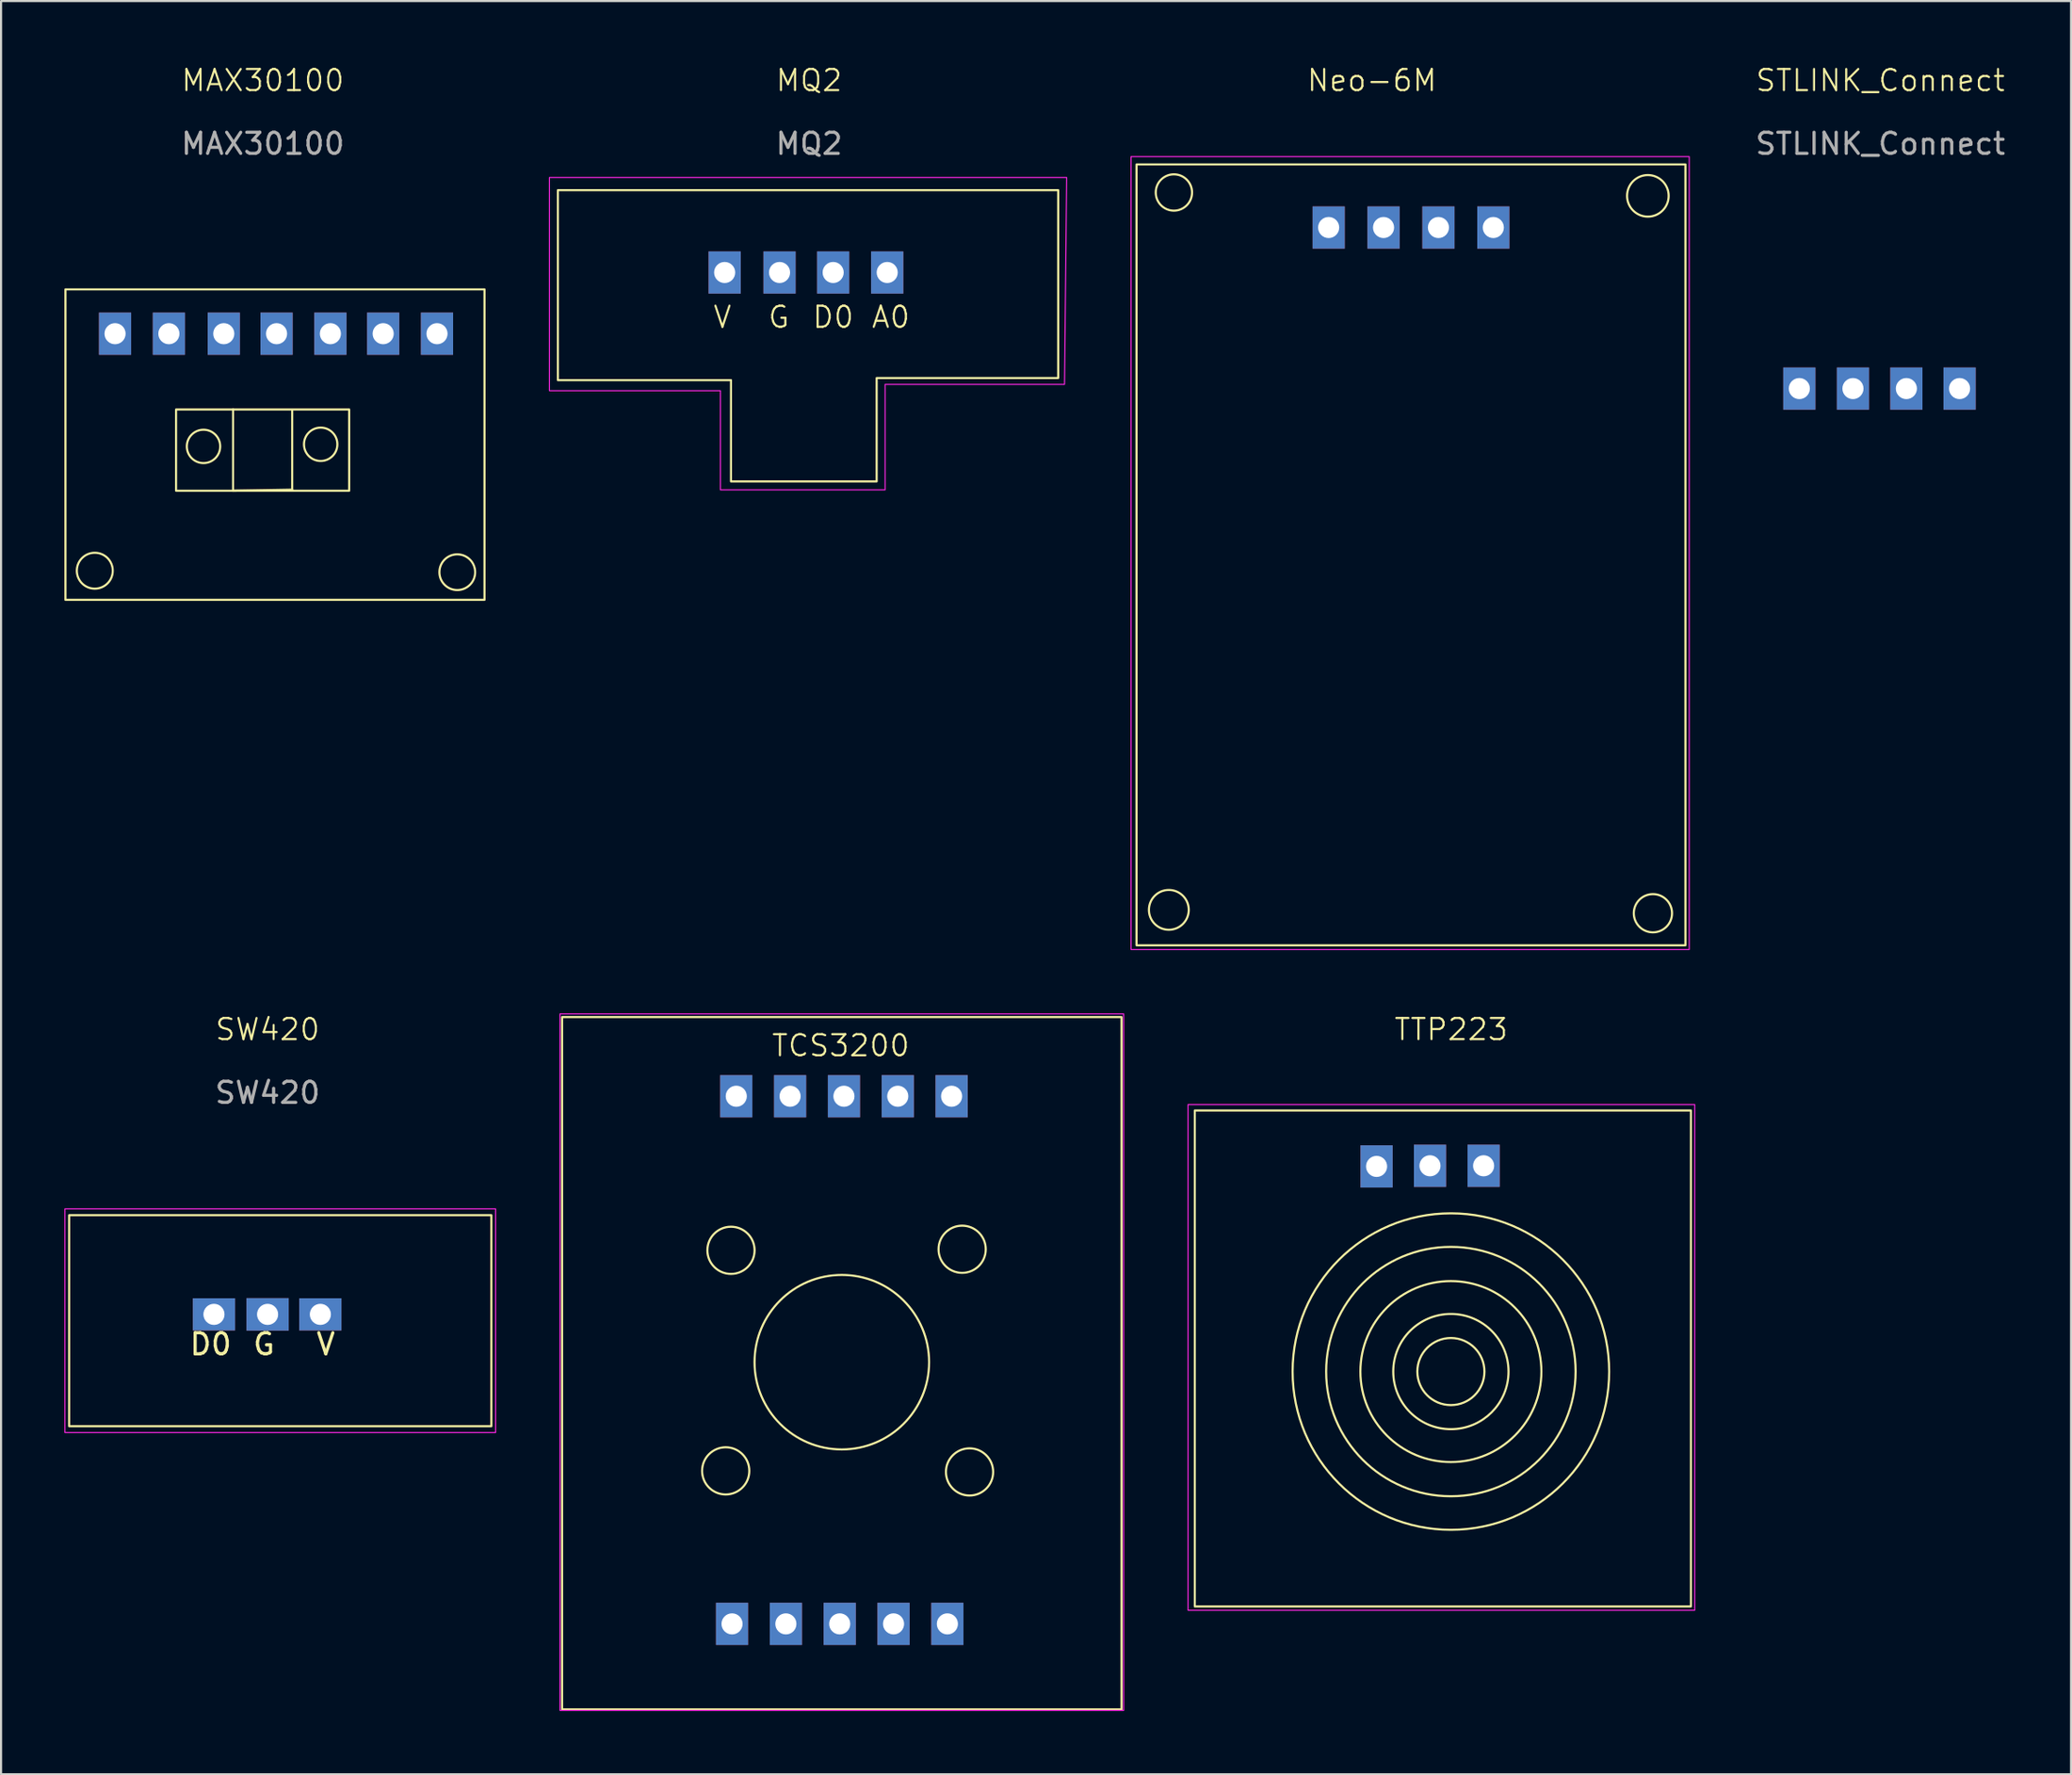
<source format=kicad_pcb>
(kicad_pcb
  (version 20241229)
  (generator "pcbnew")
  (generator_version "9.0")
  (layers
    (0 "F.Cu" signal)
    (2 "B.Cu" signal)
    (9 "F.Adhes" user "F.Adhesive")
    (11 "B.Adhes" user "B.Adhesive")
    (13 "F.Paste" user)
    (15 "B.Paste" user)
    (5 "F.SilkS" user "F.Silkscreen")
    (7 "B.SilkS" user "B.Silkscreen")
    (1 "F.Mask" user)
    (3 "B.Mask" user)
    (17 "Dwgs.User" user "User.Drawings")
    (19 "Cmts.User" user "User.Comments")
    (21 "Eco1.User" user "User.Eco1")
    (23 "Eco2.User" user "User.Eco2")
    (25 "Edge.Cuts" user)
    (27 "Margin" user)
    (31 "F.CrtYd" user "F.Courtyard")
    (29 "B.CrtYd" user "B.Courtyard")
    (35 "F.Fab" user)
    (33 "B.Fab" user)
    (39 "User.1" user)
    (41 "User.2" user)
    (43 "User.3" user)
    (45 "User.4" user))
  (footprint "TCS3200"
    (layer "F.Cu")
    (at 36.775 61.541)
    (property "Reference" "TCS3200" (at 0 -15.05 0) (unlocked yes) (layer "F.SilkS") (effects (font (size 1 1) (thickness 0.1))))
    (attr through_hole)
    (fp_rect (start -13.2 -16.4) (end 13.3 16.4) (stroke (width 0.1) (type default)) (fill no) (layer "F.SilkS"))
    (fp_circle (center -5.45 5.1) (end -5.25 4) (stroke (width 0.1) (type default)) (fill no) (layer "F.SilkS"))
    (fp_circle (center -5.2 -5.35) (end -5 -6.45) (stroke (width 0.1) (type default)) (fill no) (layer "F.SilkS"))
    (fp_circle (center 0.05 -0.05) (end 2.25 -3.55) (stroke (width 0.1) (type default)) (fill no) (layer "F.SilkS"))
    (fp_circle (center 5.75 -5.4) (end 5.95 -6.5) (stroke (width 0.1) (type default)) (fill no) (layer "F.SilkS"))
    (fp_circle (center 6.1 5.15) (end 6.3 4.05) (stroke (width 0.1) (type default)) (fill no) (layer "F.SilkS"))
    (fp_rect (start -13.3 -16.55) (end 13.4 16.45) (stroke (width 0.05) (type default)) (fill no) (layer "F.CrtYd"))
    (pad "1" thru_hole rect (at 5.05 12.35) (size 1.524 2) (drill 1) (layers "*.Cu" "*.Mask"))
    (pad "1" thru_hole rect (at 5.25 -12.65) (size 1.524 2) (drill 1) (layers "*.Cu" "*.Mask"))
    (pad "2" thru_hole rect (at -2.6 12.35) (size 1.524 2) (drill 1) (layers "*.Cu" "*.Mask"))
    (pad "3" thru_hole rect (at -0.05 12.35 180) (size 1.524 2) (drill 1) (layers "*.Cu" "*.Mask"))
    (pad "4" thru_hole rect (at 2.5 12.35 180) (size 1.524 2) (drill 1) (layers "*.Cu" "*.Mask"))
    (pad "5" thru_hole rect (at 0.15 -12.65 180) (size 1.524 2) (drill 1) (layers "*.Cu" "*.Mask"))
    (pad "6" thru_hole rect (at 2.7 -12.65 180) (size 1.524 2) (drill 1) (layers "*.Cu" "*.Mask"))
    (pad "7" thru_hole rect (at -2.4 -12.65) (size 1.524 2) (drill 1) (layers "*.Cu" "*.Mask"))
    (pad "8" thru_hole rect (at -5.15 12.35) (size 1.524 2) (drill 1) (layers "*.Cu" "*.Mask"))
    (pad "8" thru_hole rect (at -4.95 -12.65) (size 1.524 2) (drill 1) (layers "*.Cu" "*.Mask")))
  (footprint "MQ2"
    (layer "F.Cu")
    (at 35.275 10.161)
    (property "Reference" "MQ2" (at 0 -9.4 0) (unlocked yes) (layer "F.SilkS") (effects (font (size 1 1) (thickness 0.1))))
    (attr through_hole)
    (fp_poly (pts (xy 11.8 -4.2) (xy 11.8 4.7) (xy 3.2 4.7) (xy 3.2 9.6) (xy -3.7 9.6) (xy -3.7 4.8) (xy -11.9 4.8) (xy -11.9 -4.2)) (stroke (width 0.1) (type solid)) (fill no) (layer "F.SilkS"))
    (fp_poly (pts (xy 3.6 5) (xy 12.1 5) (xy 12.2 -4.8) (xy -12.3 -4.8) (xy -12.3 5.3) (xy -4.2 5.3) (xy -4.2 10) (xy 3.6 10)) (stroke (width 0.05) (type solid)) (fill no) (layer "F.CrtYd"))
    (fp_text user "V" (at -4.6 2.4 0) (unlocked yes) (layer "F.SilkS") (effects (font (size 1 1) (thickness 0.1)) (justify left bottom)))
    (fp_text user "G" (at -2 2.4 0) (unlocked yes) (layer "F.SilkS") (effects (font (size 1 1) (thickness 0.1)) (justify left bottom)))
    (fp_text user "A0" (at 2.9 2.4 0) (unlocked yes) (layer "F.SilkS") (effects (font (size 1 1) (thickness 0.1)) (justify left bottom)))
    (fp_text user "D0" (at 0.1 2.4 0) (unlocked yes) (layer "F.SilkS") (effects (font (size 1 1) (thickness 0.1)) (justify left bottom)))
    (fp_text user "${REFERENCE}" (at 0 -6.4 0) (unlocked yes) (layer "F.Fab") (effects (font (size 1 1) (thickness 0.15))))
    (pad "1" thru_hole rect (at -4 -0.3) (size 1.524 2) (drill 1) (layers "*.Cu" "*.Mask"))
    (pad "2" thru_hole rect (at 1.14 -0.3) (size 1.524 2) (drill 1) (layers "*.Cu" "*.Mask"))
    (pad "3" thru_hole rect (at -1.4 -0.3) (size 1.524 2) (drill 1) (layers "*.Cu" "*.Mask"))
    (pad "4" thru_hole rect (at 3.7 -0.3) (size 1.524 2) (drill 1) (layers "*.Cu" "*.Mask")))
  (footprint "SW420"
    (layer "F.Cu")
    (at 9.625 59.226)
    (property "Reference" "SW420" (at 0 -13.5 0) (unlocked yes) (layer "F.SilkS") (effects (font (size 1 1) (thickness 0.1))))
    (attr through_hole)
    (fp_rect (start -9.4 -4.7) (end 10.6 5.3) (stroke (width 0.1) (type default)) (fill no) (layer "F.SilkS"))
    (fp_rect (start -9.6 -5) (end 10.8 5.6) (stroke (width 0.05) (type default)) (fill no) (layer "F.CrtYd"))
    (fp_text user "V" (at 2.23 2 0) (unlocked yes) (layer "F.SilkS") (effects (font (size 1 1) (thickness 0.15)) (justify left bottom)))
    (fp_text user "G" (at -0.77 2 0) (unlocked yes) (layer "F.SilkS") (effects (font (size 1 1) (thickness 0.15)) (justify left bottom)))
    (fp_text user "D0" (at -3.77 2 0) (unlocked yes) (layer "F.SilkS") (effects (font (size 1 1) (thickness 0.15)) (justify left bottom)))
    (fp_text user "${REFERENCE}" (at 0 -10.5 0) (unlocked yes) (layer "F.Fab") (effects (font (size 1 1) (thickness 0.15))))
    (pad "1" thru_hole rect (at 2.5 0) (size 2 1.524) (drill 1) (layers "*.Cu" "*.Mask"))
    (pad "2" thru_hole rect (at -2.54 0) (size 2 1.524) (drill 1) (layers "*.Cu" "*.Mask"))
    (pad "3" thru_hole rect (at 0 0) (size 2 1.54) (drill 1) (layers "*.Cu" "*.Mask")))
  (footprint "STLINK_Connect"
    (layer "F.Cu")
    (at 86.02 15.261)
    (property "Reference" "STLINK_Connect" (at 0 -14.5 0) (unlocked yes) (layer "F.SilkS") (effects (font (size 1 1) (thickness 0.1))))
    (attr through_hole)
    (fp_text user "${REFERENCE}" (at 0 -11.5 0) (unlocked yes) (layer "F.Fab") (effects (font (size 1 1) (thickness 0.15))))
    (pad "1" thru_hole rect (at -3.84 0.1) (size 1.524 2) (drill 1) (layers "*.Cu" "*.Mask"))
    (pad "2" thru_hole rect (at -1.3 0.1) (size 1.524 2) (drill 1) (layers "*.Cu" "*.Mask"))
    (pad "3" thru_hole rect (at 1.23 0.1) (size 1.524 2) (drill 1) (layers "*.Cu" "*.Mask"))
    (pad "4" thru_hole rect (at 3.75 0.1) (size 1.524 2) (drill 1) (layers "*.Cu" "*.Mask")))
  (footprint "MAX30100"
    (layer "F.Cu")
    (at 9.4 17.761)
    (property "Reference" "MAX30100" (at 0 -17 0) (unlocked yes) (layer "F.SilkS") (effects (font (size 1 1) (thickness 0.1))))
    (attr through_hole)
    (fp_line (start -1.41 -1.41) (end -1.41 2.44) (stroke (width 0.1) (type default)) (layer "F.SilkS"))
    (fp_line (start -1.41 2.44) (end 1.39 2.39) (stroke (width 0.1) (type default)) (layer "F.SilkS"))
    (fp_line (start 1.39 2.39) (end 1.39 -1.36) (stroke (width 0.1) (type default)) (layer "F.SilkS"))
    (fp_rect (start -9.35 -7.1) (end 10.5 7.61) (stroke (width 0.1) (type default)) (fill no) (layer "F.SilkS"))
    (fp_rect (start -4.11 -1.41) (end 4.09 2.44) (stroke (width 0.1) (type default)) (fill no) (layer "F.SilkS"))
    (fp_circle (center -7.96 6.23) (end -7.11 6.27) (stroke (width 0.1) (type default)) (fill no) (layer "F.SilkS"))
    (fp_circle (center -2.81 0.34) (end -2.36 -0.31) (stroke (width 0.1) (type default)) (fill no) (layer "F.SilkS"))
    (fp_circle (center 2.74 0.24) (end 2.99 -0.51) (stroke (width 0.1) (type default)) (fill no) (layer "F.SilkS"))
    (fp_circle (center 9.21 6.3) (end 9.74 6.96) (stroke (width 0.1) (type default)) (fill no) (layer "F.SilkS"))
    (fp_text user "${REFERENCE}" (at 0 -14 0) (unlocked yes) (layer "F.Fab") (effects (font (size 1 1) (thickness 0.15))))
    (pad "1" thru_hole rect (at 8.25 -5) (size 1.524 2) (drill 1) (layers "*.Cu" "*.Mask"))
    (pad "2" thru_hole rect (at 5.7 -5) (size 1.524 2) (drill 1) (layers "*.Cu" "*.Mask"))
    (pad "3" thru_hole rect (at 3.2 -5) (size 1.524 2) (drill 1) (layers "*.Cu" "*.Mask"))
    (pad "4" thru_hole rect (at -7 -5) (size 1.524 2) (drill 1) (layers "*.Cu" "*.Mask"))
    (pad "x" thru_hole rect (at -4.45 -5) (size 1.524 2) (drill 1) (layers "*.Cu" "*.Mask"))
    (pad "x" thru_hole rect (at -1.85 -5) (size 1.524 2) (drill 1) (layers "*.Cu" "*.Mask"))
    (pad "x" thru_hole rect (at 0.65 -5) (size 1.524 2) (drill 1) (layers "*.Cu" "*.Mask")))
  (footprint "TTP223"
    (layer "F.Cu")
    (at 65.685 60.826)
    (property "Reference" "TTP223" (at 0 -15.1 0) (unlocked yes) (layer "F.SilkS") (effects (font (size 1 1) (thickness 0.1))))
    (attr through_hole)
    (fp_rect (start -12.14 -11.26) (end 11.36 12.24) (stroke (width 0.1) (type default)) (fill no) (layer "F.SilkS"))
    (fp_circle (center -0.01 1.11) (end 1.02 -0.1) (stroke (width 0.1) (type default)) (fill no) (layer "F.SilkS"))
    (fp_circle (center -0.01 1.11) (end 1.89 -0.85) (stroke (width 0.1) (type default)) (fill no) (layer "F.SilkS"))
    (fp_circle (center -0.01 1.11) (end 2.75 -2.17) (stroke (width 0.1) (type default)) (fill no) (layer "F.SilkS"))
    (fp_circle (center -0.01 1.11) (end 4.31 -2.92) (stroke (width 0.1) (type default)) (fill no) (layer "F.SilkS"))
    (fp_circle (center -0.01 1.11) (end 6.55 -2.52) (stroke (width 0.1) (type default)) (fill no) (layer "F.SilkS"))
    (fp_rect (start -12.46 -11.54) (end 11.54 12.42) (stroke (width 0.05) (type default)) (fill no) (layer "F.CrtYd"))
    (pad "1" thru_hole rect (at -1 -8.64) (size 1.524 2) (drill 1) (layers "*.Cu" "*.Mask"))
    (pad "2" thru_hole rect (at 1.54 -8.64) (size 1.524 2) (drill 1) (layers "*.Cu" "*.Mask"))
    (pad "3" thru_hole rect (at -3.53 -8.61) (size 1.524 2) (drill 1) (layers "*.Cu" "*.Mask")))
  (footprint "Neo-6M"
    (layer "F.Cu")
    (at 61.835 21.96)
    (property "Reference" "Neo-6M" (at 0.1 -21.2 0) (unlocked yes) (layer "F.SilkS") (effects (font (size 1 1) (thickness 0.1))))
    (attr through_hole)
    (fp_rect (start -11.05 -17.22) (end 14.95 19.78) (stroke (width 0.1) (type default)) (fill no) (layer "F.SilkS"))
    (fp_circle (center -9.52 18.1) (end -9.02 17.3) (stroke (width 0.1) (type default)) (fill no) (layer "F.SilkS"))
    (fp_circle (center -9.28 -15.89) (end -8.58 -16.39) (stroke (width 0.1) (type default)) (fill no) (layer "F.SilkS"))
    (fp_circle (center 13.17 -15.73) (end 14.155 -15.73) (stroke (width 0.1) (type default)) (fill no) (layer "F.SilkS"))
    (fp_circle (center 13.41 18.26) (end 13.31 17.36) (stroke (width 0.1) (type default)) (fill no) (layer "F.SilkS"))
    (fp_rect (start -11.31 -17.59) (end 15.13 19.98) (stroke (width 0.05) (type default)) (fill no) (layer "F.CrtYd"))
    (pad "1" thru_hole rect (at -1.95 -14.23) (size 1.524 2) (drill 1) (layers "*.Cu" "*.Mask"))
    (pad "2" thru_hole rect (at 0.65 -14.23) (size 1.524 2) (drill 1) (layers "*.Cu" "*.Mask"))
    (pad "3" thru_hole rect (at 3.25 -14.23) (size 1.524 2) (drill 1) (layers "*.Cu" "*.Mask"))
    (pad "4" thru_hole rect (at 5.85 -14.23) (size 1.524 2) (drill 1) (layers "*.Cu" "*.Mask")))
  (gr_rect
    (start -3 -3)
    (end 95.05 81.016)
    (stroke (width 0.1) (type default))
    (fill no)
    (layer "Edge.Cuts")))
</source>
